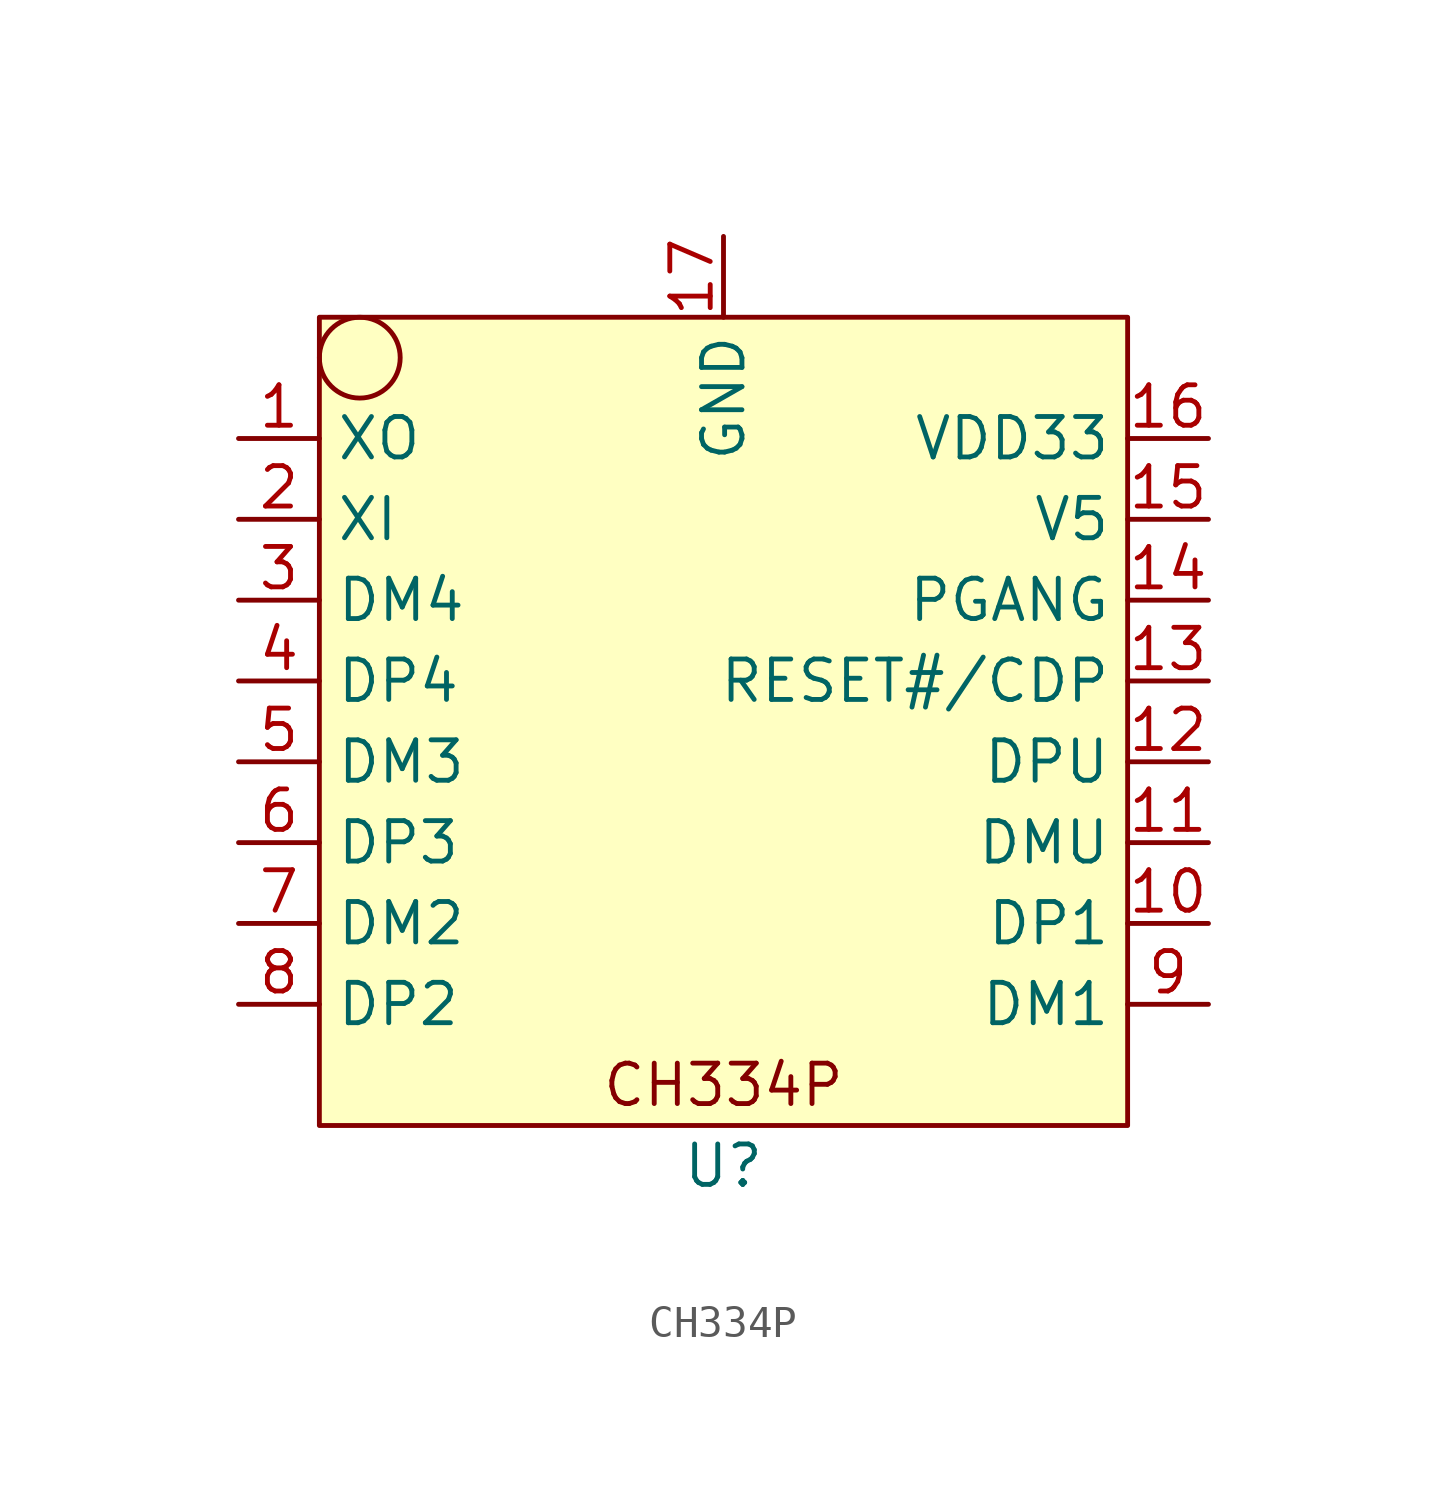
<source format=kicad_sym>
(kicad_symbol_lib
  (version 20241209)
  (generator "kicad_symbol_editor")
  (generator_version "9.0")
  (symbol "CH334P"
    (property "Reference" "U"
      (at 0 -13.97 0)
      (effects (font (size 1.27 1.27))))
    (property "Value" ""
      (at 0 0 0)
      (effects (font (size 1.27 1.27))))
    (symbol "CH334P_0_1"
      (rectangle (start -12.7 12.7) (end 12.7 -12.7) (stroke (width 0) (type default)) (fill (type background)))
      (circle (center -11.43 11.43) (radius 1.27) (stroke (width 0) (type default)) (fill (type none))))
    (symbol "CH334P_1_1"
      (text "CH334P" (at 0 -11.43 0) (effects (font (size 1.27 1.27))))
      (pin input line (at -15.24 8.89 0) (length 2.54) (name "XO" (effects (font (size 1.27 1.27)))) (number "1" (effects (font (size 1.27 1.27)))))
      (pin input line (at -15.24 6.35 0) (length 2.54) (name "XI" (effects (font (size 1.27 1.27)))) (number "2" (effects (font (size 1.27 1.27)))))
      (pin input line (at -15.24 3.81 0) (length 2.54) (name "DM4" (effects (font (size 1.27 1.27)))) (number "3" (effects (font (size 1.27 1.27)))))
      (pin input line (at -15.24 1.27 0) (length 2.54) (name "DP4" (effects (font (size 1.27 1.27)))) (number "4" (effects (font (size 1.27 1.27)))))
      (pin input line (at -15.24 -1.27 0) (length 2.54) (name "DM3" (effects (font (size 1.27 1.27)))) (number "5" (effects (font (size 1.27 1.27)))))
      (pin input line (at -15.24 -3.81 0) (length 2.54) (name "DP3" (effects (font (size 1.27 1.27)))) (number "6" (effects (font (size 1.27 1.27)))))
      (pin input line (at -15.24 -6.35 0) (length 2.54) (name "DM2" (effects (font (size 1.27 1.27)))) (number "7" (effects (font (size 1.27 1.27)))))
      (pin input line (at -15.24 -8.89 0) (length 2.54) (name "DP2" (effects (font (size 1.27 1.27)))) (number "8" (effects (font (size 1.27 1.27)))))
      (pin input line (at 0 15.24 270) (length 2.54) (name "GND" (effects (font (size 1.27 1.27)))) (number "17" (effects (font (size 1.27 1.27)))))
      (pin input line (at 15.24 8.89 180) (length 2.54) (name "VDD33" (effects (font (size 1.27 1.27)))) (number "16" (effects (font (size 1.27 1.27)))))
      (pin input line (at 15.24 6.35 180) (length 2.54) (name "V5" (effects (font (size 1.27 1.27)))) (number "15" (effects (font (size 1.27 1.27)))))
      (pin input line (at 15.24 3.81 180) (length 2.54) (name "PGANG" (effects (font (size 1.27 1.27)))) (number "14" (effects (font (size 1.27 1.27)))))
      (pin input line (at 15.24 1.27 180) (length 2.54) (name "RESET#/CDP" (effects (font (size 1.27 1.27)))) (number "13" (effects (font (size 1.27 1.27)))))
      (pin input line (at 15.24 -1.27 180) (length 2.54) (name "DPU" (effects (font (size 1.27 1.27)))) (number "12" (effects (font (size 1.27 1.27)))))
      (pin input line (at 15.24 -3.81 180) (length 2.54) (name "DMU" (effects (font (size 1.27 1.27)))) (number "11" (effects (font (size 1.27 1.27)))))
      (pin input line (at 15.24 -6.35 180) (length 2.54) (name "DP1" (effects (font (size 1.27 1.27)))) (number "10" (effects (font (size 1.27 1.27)))))
      (pin input line (at 15.24 -8.89 180) (length 2.54) (name "DM1" (effects (font (size 1.27 1.27)))) (number "9" (effects (font (size 1.27 1.27))))))))
</source>
